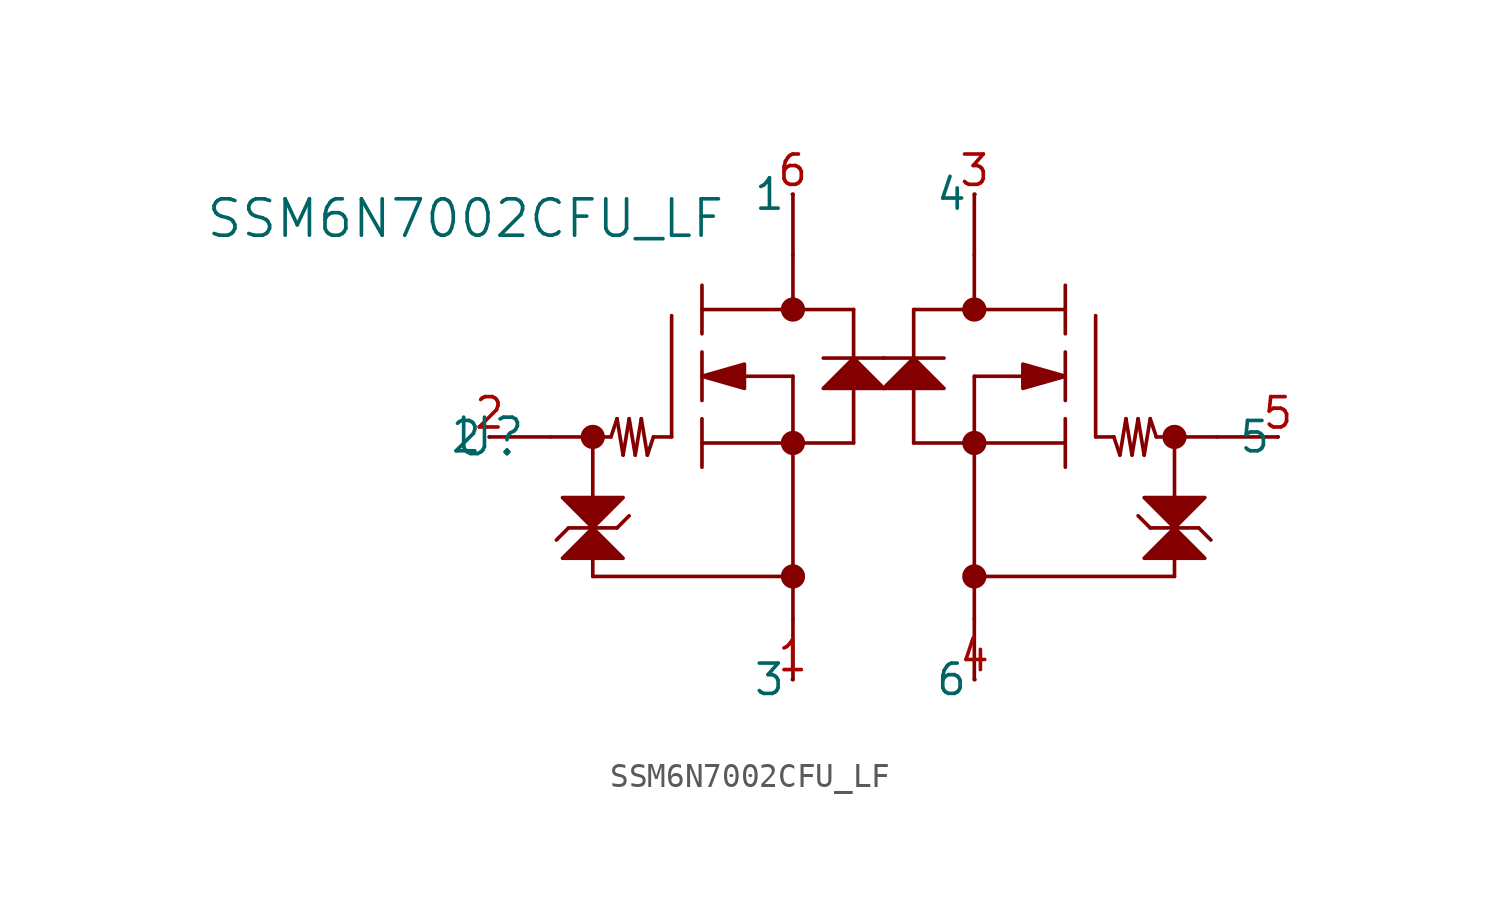
<source format=kicad_sym>
(kicad_symbol_lib
  (version 20231120)
  (generator "kicad_symbol_editor")
  (generator_version "8.0")
  (symbol "SSM6N7002CFU_LF"
    (pin_names
      (offset 0.254))
    (property "Reference" "U"
      (at 0 0 0)
      (effects (font (size 1.524 1.524))))
    (property "Value" "SSM6N7002CFU_LF"
      (at -1.016 9.144 0)
      (effects (font (size 1.524 1.524))))
    (property "ki_locked" ""
      (at 0 0 0)
      (effects (font (size 1.27 1.27))))
    (symbol "SSM6N7002CFU_LF_0_1"
      (polyline (pts (xy 0 0) (xy 2.54 0)) (stroke (width 0) (type default)) (fill (type none)))
      (polyline (pts (xy 2.54 0) (xy 5.08 0)) (stroke (width 0) (type default)) (fill (type none)))
      (polyline (pts (xy 3.302 -3.81) (xy 2.794 -4.318)) (stroke (width 0) (type default)) (fill (type none)))
      (polyline (pts (xy 3.302 -3.81) (xy 5.334 -3.81)) (stroke (width 0) (type default)) (fill (type none)))
      (polyline (pts (xy 4.318 -5.842) (xy 12.7 -5.842)) (stroke (width 0) (type default)) (fill (type none)))
      (polyline (pts (xy 4.318 0) (xy 4.318 -5.842)) (stroke (width 0) (type default)) (fill (type none)))
      (polyline (pts (xy 5.334 -3.81) (xy 5.842 -3.302)) (stroke (width 0) (type default)) (fill (type none)))
      (polyline (pts (xy 5.334 0.762) (xy 5.08 0)) (stroke (width 0) (type default)) (fill (type none)))
      (polyline (pts (xy 5.588 -0.762) (xy 5.334 0.762)) (stroke (width 0) (type default)) (fill (type none)))
      (polyline (pts (xy 5.842 0.762) (xy 5.588 -0.762)) (stroke (width 0) (type default)) (fill (type none)))
      (polyline (pts (xy 6.096 -0.762) (xy 5.842 0.762)) (stroke (width 0) (type default)) (fill (type none)))
      (polyline (pts (xy 6.35 0.762) (xy 6.096 -0.762)) (stroke (width 0) (type default)) (fill (type none)))
      (polyline (pts (xy 6.604 -0.762) (xy 6.35 0.762)) (stroke (width 0) (type default)) (fill (type none)))
      (polyline (pts (xy 6.858 0) (xy 6.604 -0.762)) (stroke (width 0) (type default)) (fill (type none)))
      (polyline (pts (xy 7.62 0) (xy 6.858 0)) (stroke (width 0) (type default)) (fill (type none)))
      (polyline (pts (xy 7.62 0) (xy 7.62 5.08)) (stroke (width 0) (type default)) (fill (type none)))
      (polyline (pts (xy 8.89 -1.27) (xy 8.89 0.762)) (stroke (width 0) (type default)) (fill (type none)))
      (polyline (pts (xy 8.89 -0.254) (xy 15.24 -0.254)) (stroke (width 0) (type default)) (fill (type none)))
      (polyline (pts (xy 8.89 1.524) (xy 8.89 3.556)) (stroke (width 0) (type default)) (fill (type none)))
      (polyline (pts (xy 8.89 4.318) (xy 8.89 6.35)) (stroke (width 0) (type default)) (fill (type none)))
      (polyline (pts (xy 10.16 2.54) (xy 12.7 2.54)) (stroke (width 0) (type default)) (fill (type none)))
      (polyline (pts (xy 12.7 -10.16) (xy 12.7 -7.62)) (stroke (width 0) (type default)) (fill (type none)))
      (polyline (pts (xy 12.7 2.54) (xy 12.7 -7.62)) (stroke (width 0) (type default)) (fill (type none)))
      (polyline (pts (xy 12.7 7.62) (xy 12.7 5.334)) (stroke (width 0) (type default)) (fill (type none)))
      (polyline (pts (xy 12.7 10.16) (xy 12.7 7.62)) (stroke (width 0) (type default)) (fill (type none)))
      (polyline (pts (xy 13.97 3.302) (xy 16.51 3.302)) (stroke (width 0) (type default)) (fill (type none)))
      (polyline (pts (xy 15.24 -0.254) (xy 15.24 2.032)) (stroke (width 0) (type default)) (fill (type none)))
      (polyline (pts (xy 15.24 3.302) (xy 15.24 5.334)) (stroke (width 0) (type default)) (fill (type none)))
      (polyline (pts (xy 15.24 5.334) (xy 8.89 5.334)) (stroke (width 0) (type default)) (fill (type none)))
      (polyline (pts (xy 17.755 -0.254) (xy 17.755 2.032)) (stroke (width 0) (type default)) (fill (type none)))
      (polyline (pts (xy 17.755 3.302) (xy 17.755 5.334)) (stroke (width 0) (type default)) (fill (type none)))
      (polyline (pts (xy 17.755 5.334) (xy 24.105 5.334)) (stroke (width 0) (type default)) (fill (type none)))
      (polyline (pts (xy 19.025 3.302) (xy 16.485 3.302)) (stroke (width 0) (type default)) (fill (type none)))
      (polyline (pts (xy 20.295 -10.16) (xy 20.295 -7.62)) (stroke (width 0) (type default)) (fill (type none)))
      (polyline (pts (xy 20.295 2.54) (xy 20.295 -7.62)) (stroke (width 0) (type default)) (fill (type none)))
      (polyline (pts (xy 20.295 7.62) (xy 20.295 5.334)) (stroke (width 0) (type default)) (fill (type none)))
      (polyline (pts (xy 20.295 10.16) (xy 20.295 7.62)) (stroke (width 0) (type default)) (fill (type none)))
      (polyline (pts (xy 22.835 2.54) (xy 20.295 2.54)) (stroke (width 0) (type default)) (fill (type none)))
      (polyline (pts (xy 24.105 -1.27) (xy 24.105 0.762)) (stroke (width 0) (type default)) (fill (type none)))
      (polyline (pts (xy 24.105 -0.254) (xy 17.755 -0.254)) (stroke (width 0) (type default)) (fill (type none)))
      (polyline (pts (xy 24.105 1.524) (xy 24.105 3.556)) (stroke (width 0) (type default)) (fill (type none)))
      (polyline (pts (xy 24.105 4.318) (xy 24.105 6.35)) (stroke (width 0) (type default)) (fill (type none)))
      (polyline (pts (xy 25.375 0) (xy 25.375 5.08)) (stroke (width 0) (type default)) (fill (type none)))
      (polyline (pts (xy 25.375 0) (xy 26.137 0)) (stroke (width 0) (type default)) (fill (type none)))
      (polyline (pts (xy 26.137 0) (xy 26.391 -0.762)) (stroke (width 0) (type default)) (fill (type none)))
      (polyline (pts (xy 26.391 -0.762) (xy 26.645 0.762)) (stroke (width 0) (type default)) (fill (type none)))
      (polyline (pts (xy 26.645 0.762) (xy 26.899 -0.762)) (stroke (width 0) (type default)) (fill (type none)))
      (polyline (pts (xy 26.899 -0.762) (xy 27.153 0.762)) (stroke (width 0) (type default)) (fill (type none)))
      (polyline (pts (xy 27.153 0.762) (xy 27.407 -0.762)) (stroke (width 0) (type default)) (fill (type none)))
      (polyline (pts (xy 27.407 -0.762) (xy 27.661 0.762)) (stroke (width 0) (type default)) (fill (type none)))
      (polyline (pts (xy 27.661 -3.81) (xy 27.153 -3.302)) (stroke (width 0) (type default)) (fill (type none)))
      (polyline (pts (xy 27.661 0.762) (xy 27.915 0)) (stroke (width 0) (type default)) (fill (type none)))
      (polyline (pts (xy 28.677 -5.842) (xy 20.295 -5.842)) (stroke (width 0) (type default)) (fill (type none)))
      (polyline (pts (xy 28.677 0) (xy 28.677 -5.842)) (stroke (width 0) (type default)) (fill (type none)))
      (polyline (pts (xy 29.693 -3.81) (xy 27.661 -3.81)) (stroke (width 0) (type default)) (fill (type none)))
      (polyline (pts (xy 29.693 -3.81) (xy 30.201 -4.318)) (stroke (width 0) (type default)) (fill (type none)))
      (polyline (pts (xy 30.455 0) (xy 27.915 0)) (stroke (width 0) (type default)) (fill (type none)))
      (polyline (pts (xy 32.995 0) (xy 30.455 0)) (stroke (width 0) (type default)) (fill (type none)))
      (polyline (pts (xy 3.048 -5.08) (xy 5.588 -5.08) (xy 4.318 -3.81) (xy 3.048 -5.08)) (stroke (width 0) (type default)) (fill (type outline)))
      (polyline (pts (xy 5.588 -2.54) (xy 3.048 -2.54) (xy 4.318 -3.81) (xy 5.588 -2.54)) (stroke (width 0) (type default)) (fill (type outline)))
      (polyline (pts (xy 8.89 2.54) (xy 10.668 2.032) (xy 10.668 3.048) (xy 8.89 2.54)) (stroke (width 0) (type default)) (fill (type outline)))
      (polyline (pts (xy 13.97 2.032) (xy 16.51 2.032) (xy 15.24 3.302) (xy 13.97 2.032)) (stroke (width 0) (type default)) (fill (type outline)))
      (polyline (pts (xy 19.025 2.032) (xy 16.485 2.032) (xy 17.755 3.302) (xy 19.025 2.032)) (stroke (width 0) (type default)) (fill (type outline)))
      (polyline (pts (xy 24.105 2.54) (xy 22.327 2.032) (xy 22.327 3.048) (xy 24.105 2.54)) (stroke (width 0) (type default)) (fill (type outline)))
      (polyline (pts (xy 27.407 -2.54) (xy 29.947 -2.54) (xy 28.677 -3.81) (xy 27.407 -2.54)) (stroke (width 0) (type default)) (fill (type outline)))
      (polyline (pts (xy 29.947 -5.08) (xy 27.407 -5.08) (xy 28.677 -3.81) (xy 29.947 -5.08)) (stroke (width 0) (type default)) (fill (type outline)))
      (circle (center 4.318 0) (radius 0.254) (stroke (width 0.508) (type default)) (fill (type none)))
      (circle (center 12.7 -5.842) (radius 0.254) (stroke (width 0.508) (type default)) (fill (type none)))
      (circle (center 12.7 -0.254) (radius 0.254) (stroke (width 0.508) (type default)) (fill (type none)))
      (circle (center 12.7 5.334) (radius 0.254) (stroke (width 0.508) (type default)) (fill (type none)))
      (circle (center 20.295 -5.842) (radius 0.254) (stroke (width 0.508) (type default)) (fill (type none)))
      (circle (center 20.295 -0.254) (radius 0.254) (stroke (width 0.508) (type default)) (fill (type none)))
      (circle (center 20.295 5.334) (radius 0.254) (stroke (width 0.508) (type default)) (fill (type none)))
      (circle (center 28.677 0) (radius 0.254) (stroke (width 0.508) (type default)) (fill (type none)))
      (pin unspecified line (at 12.7 -10.16 180) (length 0.025) (name "3" (effects (font (size 1.27 1.27)))) (number "1" (effects (font (size 1.27 1.27)))))
      (pin unspecified line (at 0 0 180) (length 0.025) (name "2" (effects (font (size 1.27 1.27)))) (number "2" (effects (font (size 1.27 1.27)))))
      (pin unspecified line (at 20.32 10.16 180) (length 0.025) (name "4" (effects (font (size 1.27 1.27)))) (number "3" (effects (font (size 1.27 1.27)))))
      (pin unspecified line (at 20.32 -10.16 180) (length 0.025) (name "6" (effects (font (size 1.27 1.27)))) (number "4" (effects (font (size 1.27 1.27)))))
      (pin unspecified line (at 33.02 0 180) (length 0.025) (name "5" (effects (font (size 1.27 1.27)))) (number "5" (effects (font (size 1.27 1.27)))))
      (pin unspecified line (at 12.7 10.16 180) (length 0.025) (name "1" (effects (font (size 1.27 1.27)))) (number "6" (effects (font (size 1.27 1.27))))))))
</source>
